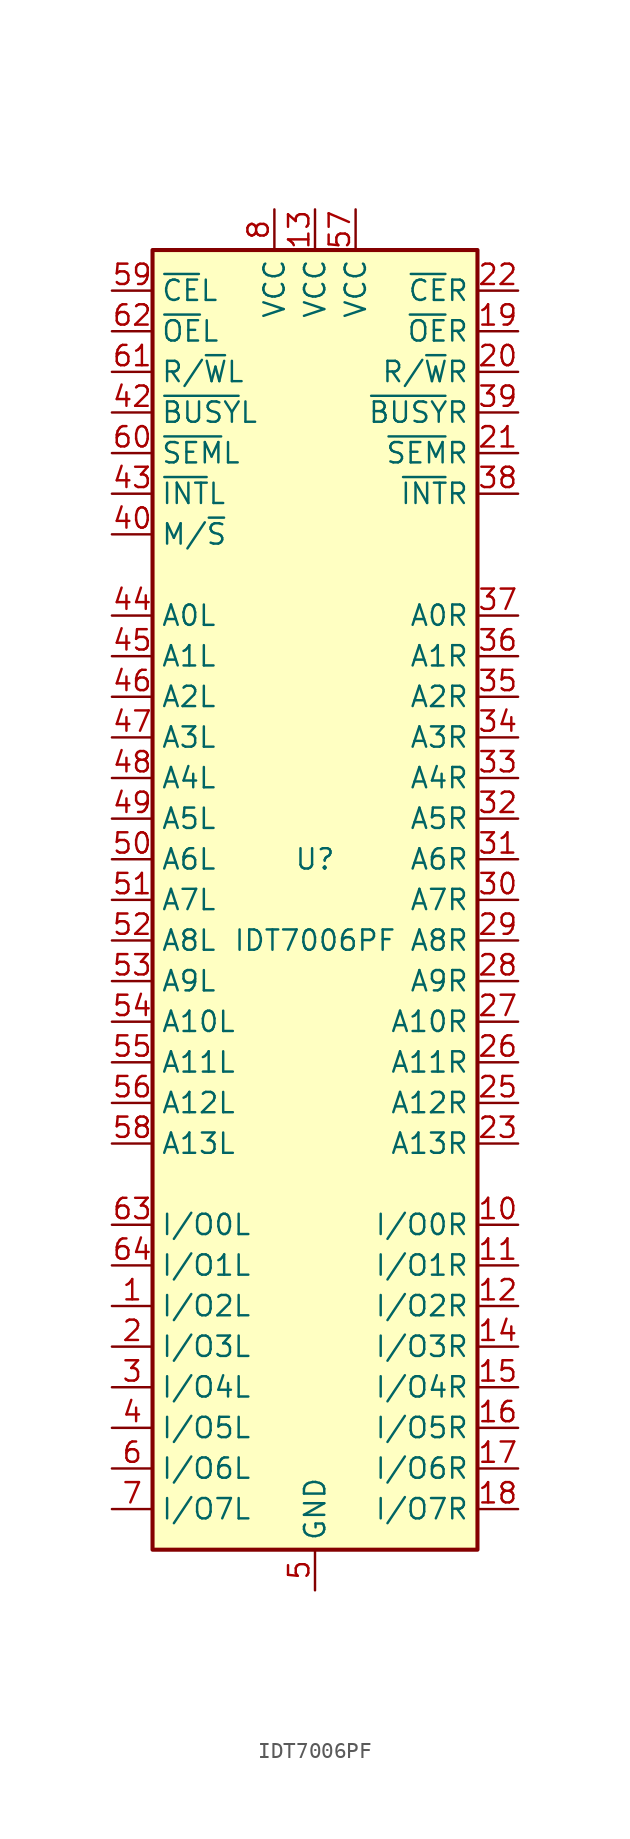
<source format=kicad_sym>
(kicad_symbol_lib
  (version 20241209)
  (generator "kicad_symbol_editor")
  (generator_version "9.0")
  (symbol "IDT7006PF"
    (property "Reference" "U"
      (at 0 2.54 0)
      (effects (font (size 1.27 1.27))))
    (property "Value" "IDT7006PF"
      (at 0 -2.54 0)
      (effects (font (size 1.27 1.27))))
    (symbol "IDT7006PF_0_1"
      (rectangle (start -10.16 -40.64) (end 10.16 40.64) (stroke (width 0.254) (type default)) (fill (type background))))
    (symbol "IDT7006PF_1_1"
      (pin input line (at -12.7 38.1 0) (length 2.54) (name "~{CE}L" (effects (font (size 1.27 1.27)))) (number "59" (effects (font (size 1.27 1.27)))))
      (pin input line (at -12.7 35.56 0) (length 2.54) (name "~{OE}L" (effects (font (size 1.27 1.27)))) (number "62" (effects (font (size 1.27 1.27)))))
      (pin input line (at -12.7 33.02 0) (length 2.54) (name "R/~{W}L" (effects (font (size 1.27 1.27)))) (number "61" (effects (font (size 1.27 1.27)))))
      (pin output line (at -12.7 30.48 0) (length 2.54) (name "~{BUSY}L" (effects (font (size 1.27 1.27)))) (number "42" (effects (font (size 1.27 1.27)))))
      (pin input line (at -12.7 27.94 0) (length 2.54) (name "~{SEM}L" (effects (font (size 1.27 1.27)))) (number "60" (effects (font (size 1.27 1.27)))))
      (pin output line (at -12.7 25.4 0) (length 2.54) (name "~{INT}L" (effects (font (size 1.27 1.27)))) (number "43" (effects (font (size 1.27 1.27)))))
      (pin input line (at -12.7 22.86 0) (length 2.54) (name "M/~{S}" (effects (font (size 1.27 1.27)))) (number "40" (effects (font (size 1.27 1.27)))))
      (pin input line (at -12.7 17.78 0) (length 2.54) (name "A0L" (effects (font (size 1.27 1.27)))) (number "44" (effects (font (size 1.27 1.27)))))
      (pin input line (at -12.7 15.24 0) (length 2.54) (name "A1L" (effects (font (size 1.27 1.27)))) (number "45" (effects (font (size 1.27 1.27)))))
      (pin input line (at -12.7 12.7 0) (length 2.54) (name "A2L" (effects (font (size 1.27 1.27)))) (number "46" (effects (font (size 1.27 1.27)))))
      (pin input line (at -12.7 10.16 0) (length 2.54) (name "A3L" (effects (font (size 1.27 1.27)))) (number "47" (effects (font (size 1.27 1.27)))))
      (pin input line (at -12.7 7.62 0) (length 2.54) (name "A4L" (effects (font (size 1.27 1.27)))) (number "48" (effects (font (size 1.27 1.27)))))
      (pin input line (at -12.7 5.08 0) (length 2.54) (name "A5L" (effects (font (size 1.27 1.27)))) (number "49" (effects (font (size 1.27 1.27)))))
      (pin input line (at -12.7 2.54 0) (length 2.54) (name "A6L" (effects (font (size 1.27 1.27)))) (number "50" (effects (font (size 1.27 1.27)))))
      (pin input line (at -12.7 0 0) (length 2.54) (name "A7L" (effects (font (size 1.27 1.27)))) (number "51" (effects (font (size 1.27 1.27)))))
      (pin input line (at -12.7 -2.54 0) (length 2.54) (name "A8L" (effects (font (size 1.27 1.27)))) (number "52" (effects (font (size 1.27 1.27)))))
      (pin input line (at -12.7 -5.08 0) (length 2.54) (name "A9L" (effects (font (size 1.27 1.27)))) (number "53" (effects (font (size 1.27 1.27)))))
      (pin input line (at -12.7 -7.62 0) (length 2.54) (name "A10L" (effects (font (size 1.27 1.27)))) (number "54" (effects (font (size 1.27 1.27)))))
      (pin input line (at -12.7 -10.16 0) (length 2.54) (name "A11L" (effects (font (size 1.27 1.27)))) (number "55" (effects (font (size 1.27 1.27)))))
      (pin input line (at -12.7 -12.7 0) (length 2.54) (name "A12L" (effects (font (size 1.27 1.27)))) (number "56" (effects (font (size 1.27 1.27)))))
      (pin input line (at -12.7 -15.24 0) (length 2.54) (name "A13L" (effects (font (size 1.27 1.27)))) (number "58" (effects (font (size 1.27 1.27)))))
      (pin bidirectional line (at -12.7 -20.32 0) (length 2.54) (name "I/O0L" (effects (font (size 1.27 1.27)))) (number "63" (effects (font (size 1.27 1.27)))))
      (pin bidirectional line (at -12.7 -22.86 0) (length 2.54) (name "I/O1L" (effects (font (size 1.27 1.27)))) (number "64" (effects (font (size 1.27 1.27)))))
      (pin bidirectional line (at -12.7 -25.4 0) (length 2.54) (name "I/O2L" (effects (font (size 1.27 1.27)))) (number "1" (effects (font (size 1.27 1.27)))))
      (pin bidirectional line (at -12.7 -27.94 0) (length 2.54) (name "I/O3L" (effects (font (size 1.27 1.27)))) (number "2" (effects (font (size 1.27 1.27)))))
      (pin bidirectional line (at -12.7 -30.48 0) (length 2.54) (name "I/O4L" (effects (font (size 1.27 1.27)))) (number "3" (effects (font (size 1.27 1.27)))))
      (pin bidirectional line (at -12.7 -33.02 0) (length 2.54) (name "I/O5L" (effects (font (size 1.27 1.27)))) (number "4" (effects (font (size 1.27 1.27)))))
      (pin bidirectional line (at -12.7 -35.56 0) (length 2.54) (name "I/O6L" (effects (font (size 1.27 1.27)))) (number "6" (effects (font (size 1.27 1.27)))))
      (pin bidirectional line (at -12.7 -38.1 0) (length 2.54) (name "I/O7L" (effects (font (size 1.27 1.27)))) (number "7" (effects (font (size 1.27 1.27)))))
      (pin power_in line (at -2.54 43.18 270) (length 2.54) (name "VCC" (effects (font (size 1.27 1.27)))) (number "8" (effects (font (size 1.27 1.27)))))
      (pin power_in line (at 0 43.18 270) (length 2.54) (name "VCC" (effects (font (size 1.27 1.27)))) (number "13" (effects (font (size 1.27 1.27)))))
      (pin passive line (at 0 -43.18 90) (length 2.54) (hide yes) (name "GND" (effects (font (size 1.27 1.27)))) (number "24" (effects (font (size 1.27 1.27)))))
      (pin passive line (at 0 -43.18 90) (length 2.54) (hide yes) (name "GND" (effects (font (size 1.27 1.27)))) (number "41" (effects (font (size 1.27 1.27)))))
      (pin power_in line (at 0 -43.18 90) (length 2.54) (name "GND" (effects (font (size 1.27 1.27)))) (number "5" (effects (font (size 1.27 1.27)))))
      (pin passive line (at 0 -43.18 90) (length 2.54) (hide yes) (name "GND" (effects (font (size 1.27 1.27)))) (number "9" (effects (font (size 1.27 1.27)))))
      (pin power_in line (at 2.54 43.18 270) (length 2.54) (name "VCC" (effects (font (size 1.27 1.27)))) (number "57" (effects (font (size 1.27 1.27)))))
      (pin input line (at 12.7 38.1 180) (length 2.54) (name "~{CE}R" (effects (font (size 1.27 1.27)))) (number "22" (effects (font (size 1.27 1.27)))))
      (pin input line (at 12.7 35.56 180) (length 2.54) (name "~{OE}R" (effects (font (size 1.27 1.27)))) (number "19" (effects (font (size 1.27 1.27)))))
      (pin input line (at 12.7 33.02 180) (length 2.54) (name "R/~{W}R" (effects (font (size 1.27 1.27)))) (number "20" (effects (font (size 1.27 1.27)))))
      (pin output line (at 12.7 30.48 180) (length 2.54) (name "~{BUSY}R" (effects (font (size 1.27 1.27)))) (number "39" (effects (font (size 1.27 1.27)))))
      (pin input line (at 12.7 27.94 180) (length 2.54) (name "~{SEM}R" (effects (font (size 1.27 1.27)))) (number "21" (effects (font (size 1.27 1.27)))))
      (pin output line (at 12.7 25.4 180) (length 2.54) (name "~{INT}R" (effects (font (size 1.27 1.27)))) (number "38" (effects (font (size 1.27 1.27)))))
      (pin input line (at 12.7 17.78 180) (length 2.54) (name "A0R" (effects (font (size 1.27 1.27)))) (number "37" (effects (font (size 1.27 1.27)))))
      (pin input line (at 12.7 15.24 180) (length 2.54) (name "A1R" (effects (font (size 1.27 1.27)))) (number "36" (effects (font (size 1.27 1.27)))))
      (pin input line (at 12.7 12.7 180) (length 2.54) (name "A2R" (effects (font (size 1.27 1.27)))) (number "35" (effects (font (size 1.27 1.27)))))
      (pin input line (at 12.7 10.16 180) (length 2.54) (name "A3R" (effects (font (size 1.27 1.27)))) (number "34" (effects (font (size 1.27 1.27)))))
      (pin input line (at 12.7 7.62 180) (length 2.54) (name "A4R" (effects (font (size 1.27 1.27)))) (number "33" (effects (font (size 1.27 1.27)))))
      (pin input line (at 12.7 5.08 180) (length 2.54) (name "A5R" (effects (font (size 1.27 1.27)))) (number "32" (effects (font (size 1.27 1.27)))))
      (pin input line (at 12.7 2.54 180) (length 2.54) (name "A6R" (effects (font (size 1.27 1.27)))) (number "31" (effects (font (size 1.27 1.27)))))
      (pin input line (at 12.7 0 180) (length 2.54) (name "A7R" (effects (font (size 1.27 1.27)))) (number "30" (effects (font (size 1.27 1.27)))))
      (pin input line (at 12.7 -2.54 180) (length 2.54) (name "A8R" (effects (font (size 1.27 1.27)))) (number "29" (effects (font (size 1.27 1.27)))))
      (pin input line (at 12.7 -5.08 180) (length 2.54) (name "A9R" (effects (font (size 1.27 1.27)))) (number "28" (effects (font (size 1.27 1.27)))))
      (pin input line (at 12.7 -7.62 180) (length 2.54) (name "A10R" (effects (font (size 1.27 1.27)))) (number "27" (effects (font (size 1.27 1.27)))))
      (pin input line (at 12.7 -10.16 180) (length 2.54) (name "A11R" (effects (font (size 1.27 1.27)))) (number "26" (effects (font (size 1.27 1.27)))))
      (pin input line (at 12.7 -12.7 180) (length 2.54) (name "A12R" (effects (font (size 1.27 1.27)))) (number "25" (effects (font (size 1.27 1.27)))))
      (pin input line (at 12.7 -15.24 180) (length 2.54) (name "A13R" (effects (font (size 1.27 1.27)))) (number "23" (effects (font (size 1.27 1.27)))))
      (pin bidirectional line (at 12.7 -20.32 180) (length 2.54) (name "I/O0R" (effects (font (size 1.27 1.27)))) (number "10" (effects (font (size 1.27 1.27)))))
      (pin bidirectional line (at 12.7 -22.86 180) (length 2.54) (name "I/O1R" (effects (font (size 1.27 1.27)))) (number "11" (effects (font (size 1.27 1.27)))))
      (pin bidirectional line (at 12.7 -25.4 180) (length 2.54) (name "I/O2R" (effects (font (size 1.27 1.27)))) (number "12" (effects (font (size 1.27 1.27)))))
      (pin bidirectional line (at 12.7 -27.94 180) (length 2.54) (name "I/O3R" (effects (font (size 1.27 1.27)))) (number "14" (effects (font (size 1.27 1.27)))))
      (pin bidirectional line (at 12.7 -30.48 180) (length 2.54) (name "I/O4R" (effects (font (size 1.27 1.27)))) (number "15" (effects (font (size 1.27 1.27)))))
      (pin bidirectional line (at 12.7 -33.02 180) (length 2.54) (name "I/O5R" (effects (font (size 1.27 1.27)))) (number "16" (effects (font (size 1.27 1.27)))))
      (pin bidirectional line (at 12.7 -35.56 180) (length 2.54) (name "I/O6R" (effects (font (size 1.27 1.27)))) (number "17" (effects (font (size 1.27 1.27)))))
      (pin bidirectional line (at 12.7 -38.1 180) (length 2.54) (name "I/O7R" (effects (font (size 1.27 1.27)))) (number "18" (effects (font (size 1.27 1.27))))))))
</source>
